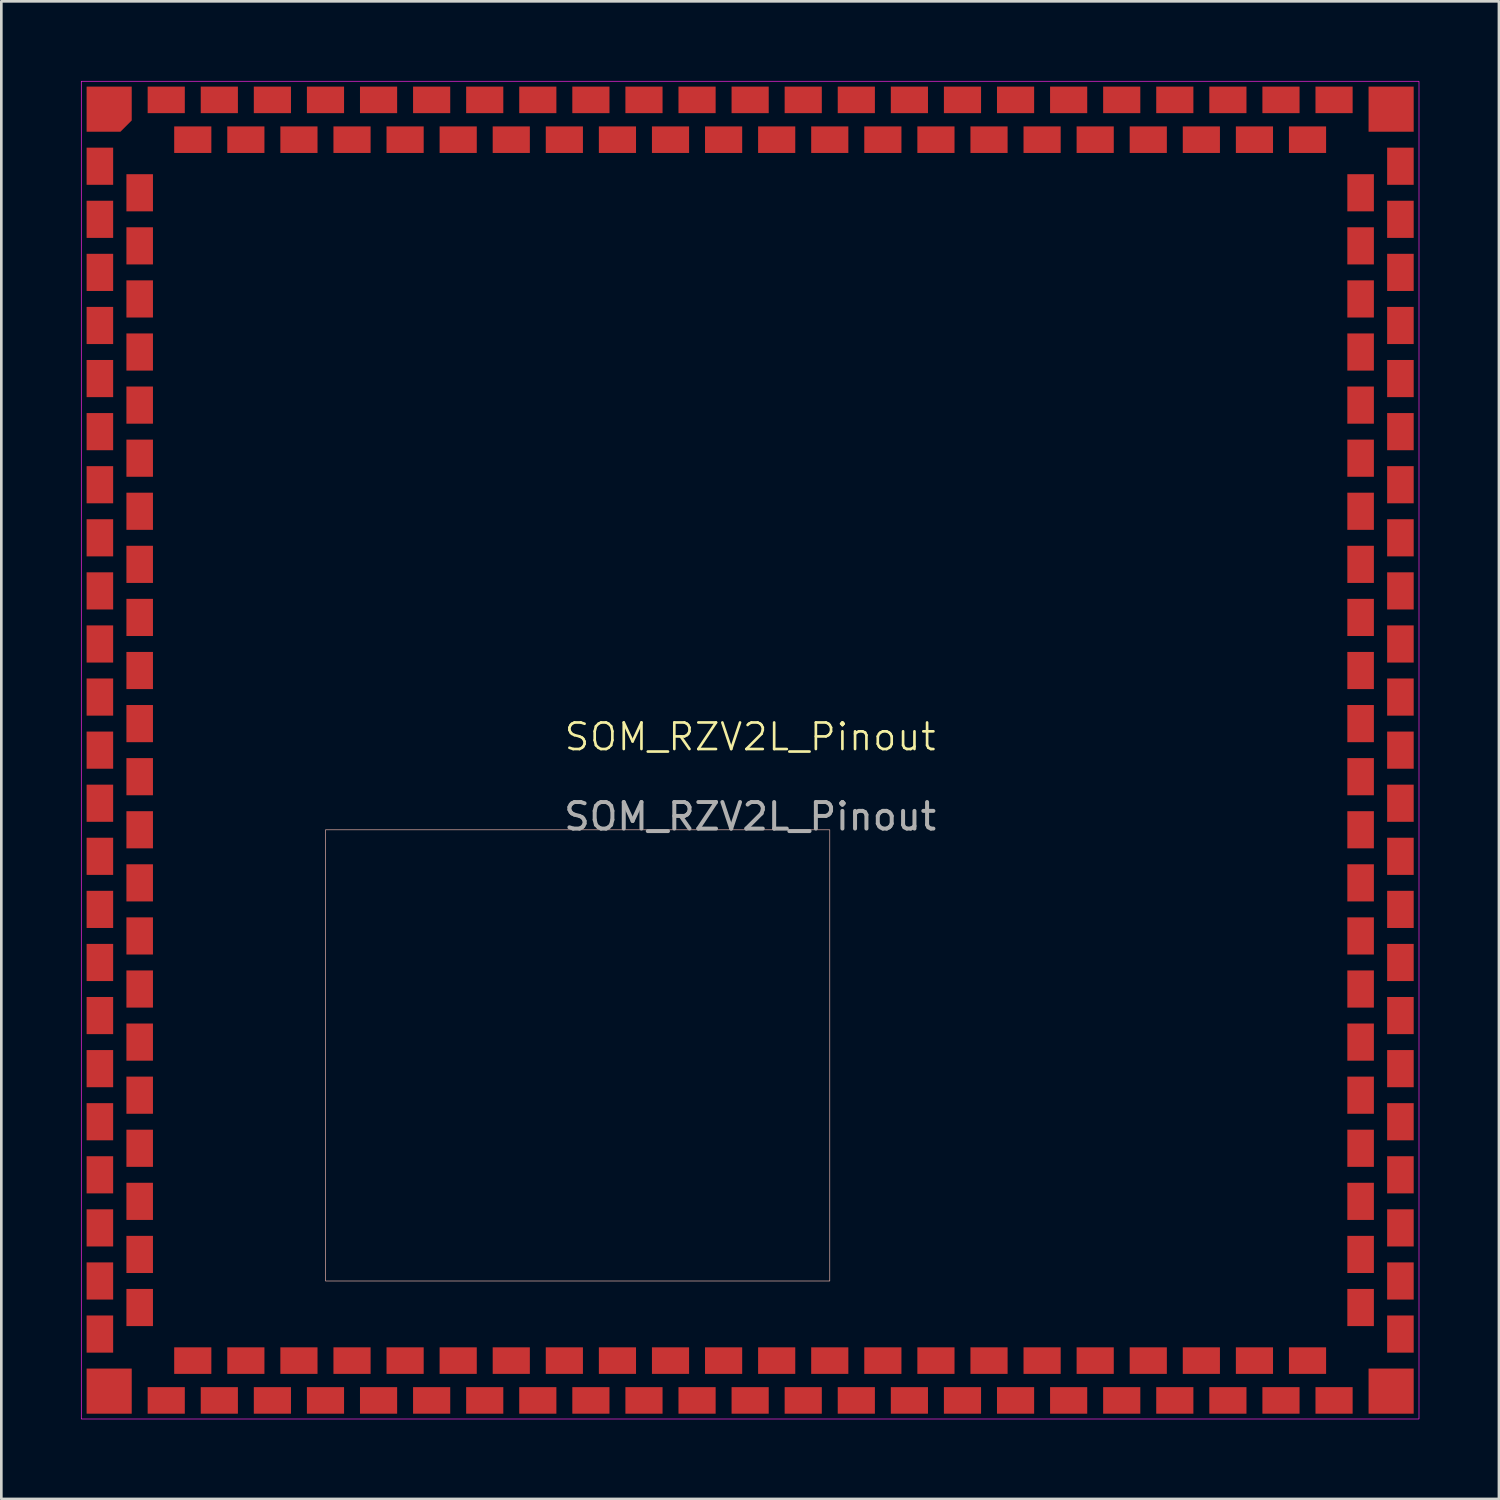
<source format=kicad_pcb>
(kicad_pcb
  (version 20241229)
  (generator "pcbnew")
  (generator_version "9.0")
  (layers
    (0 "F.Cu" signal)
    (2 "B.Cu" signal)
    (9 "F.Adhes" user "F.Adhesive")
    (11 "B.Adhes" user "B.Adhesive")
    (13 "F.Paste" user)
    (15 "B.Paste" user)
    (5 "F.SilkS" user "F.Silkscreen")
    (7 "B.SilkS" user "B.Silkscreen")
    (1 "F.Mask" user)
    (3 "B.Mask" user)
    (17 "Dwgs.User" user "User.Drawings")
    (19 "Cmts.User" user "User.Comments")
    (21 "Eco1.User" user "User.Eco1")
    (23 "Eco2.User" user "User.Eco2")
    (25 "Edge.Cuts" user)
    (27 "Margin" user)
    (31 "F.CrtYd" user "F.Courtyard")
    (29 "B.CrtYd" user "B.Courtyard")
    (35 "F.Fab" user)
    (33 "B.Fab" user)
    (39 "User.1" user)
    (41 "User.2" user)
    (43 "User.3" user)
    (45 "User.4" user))
  (footprint "SOM_RZV2L_Pinout"
    (layer "F.Cu")
    (at 25.213 25.213)
    (property "Reference" "SOM_RZV2L_Pinout" (at 0 -0.5 0) (unlocked yes) (layer "F.SilkS") (effects (font (size 1 1) (thickness 0.1))))
    (attr smd)
    (fp_rect (start -16 3) (end 3 20) (stroke (width 0.025) (type default)) (fill no) (layer "B.SilkS"))
    (fp_rect (start -25.2 -25.2) (end 25.2 25.2) (stroke (width 0.025) (type default)) (fill no) (layer "F.CrtYd"))
    (fp_text user "${REFERENCE}" (at 0 2.5 0) (unlocked yes) (layer "F.Fab") (effects (font (size 1 1) (thickness 0.15))))
    (pad "1" smd roundrect (at -24.15 -24.15) (size 1.7 1.7) (layers "F.Cu" "F.Mask" "F.Paste") (roundrect_rratio 0) (chamfer_ratio 0.25) (chamfer bottom_right))
    (pad "2" smd rect (at -24.5 -22) (size 1 1.4) (layers "F.Cu" "F.Mask" "F.Paste"))
    (pad "3" smd rect (at -24.5 -20) (size 1 1.4) (layers "F.Cu" "F.Mask" "F.Paste"))
    (pad "4" smd rect (at -24.5 -18) (size 1 1.4) (layers "F.Cu" "F.Mask" "F.Paste"))
    (pad "5" smd rect (at -24.5 -16) (size 1 1.4) (layers "F.Cu" "F.Mask" "F.Paste"))
    (pad "6" smd rect (at -24.5 -14) (size 1 1.4) (layers "F.Cu" "F.Mask" "F.Paste"))
    (pad "7" smd rect (at -24.5 -12) (size 1 1.4) (layers "F.Cu" "F.Mask" "F.Paste"))
    (pad "8" smd rect (at -24.5 -10) (size 1 1.4) (layers "F.Cu" "F.Mask" "F.Paste"))
    (pad "9" smd rect (at -24.5 -8) (size 1 1.4) (layers "F.Cu" "F.Mask" "F.Paste"))
    (pad "10" smd rect (at -24.5 -6) (size 1 1.4) (layers "F.Cu" "F.Mask" "F.Paste"))
    (pad "11" smd rect (at -24.5 -4) (size 1 1.4) (layers "F.Cu" "F.Mask" "F.Paste"))
    (pad "12" smd rect (at -24.5 -2) (size 1 1.4) (layers "F.Cu" "F.Mask" "F.Paste"))
    (pad "13" smd rect (at -24.5 0) (size 1 1.4) (layers "F.Cu" "F.Mask" "F.Paste"))
    (pad "14" smd rect (at -24.5 2) (size 1 1.4) (layers "F.Cu" "F.Mask" "F.Paste"))
    (pad "15" smd rect (at -24.5 4) (size 1 1.4) (layers "F.Cu" "F.Mask" "F.Paste"))
    (pad "16" smd rect (at -24.5 6) (size 1 1.4) (layers "F.Cu" "F.Mask" "F.Paste"))
    (pad "17" smd rect (at -24.5 8) (size 1 1.4) (layers "F.Cu" "F.Mask" "F.Paste"))
    (pad "18" smd rect (at -24.5 10) (size 1 1.4) (layers "F.Cu" "F.Mask" "F.Paste"))
    (pad "19" smd rect (at -24.5 12) (size 1 1.4) (layers "F.Cu" "F.Mask" "F.Paste"))
    (pad "20" smd rect (at -24.5 14) (size 1 1.4) (layers "F.Cu" "F.Mask" "F.Paste"))
    (pad "21" smd rect (at -24.5 16) (size 1 1.4) (layers "F.Cu" "F.Mask" "F.Paste"))
    (pad "22" smd rect (at -24.5 18) (size 1 1.4) (layers "F.Cu" "F.Mask" "F.Paste"))
    (pad "23" smd rect (at -24.5 20) (size 1 1.4) (layers "F.Cu" "F.Mask" "F.Paste"))
    (pad "24" smd rect (at -24.5 22) (size 1 1.4) (layers "F.Cu" "F.Mask" "F.Paste"))
    (pad "25" smd rect (at -24.15 24.15) (size 1.7 1.7) (layers "F.Cu" "F.Mask" "F.Paste"))
    (pad "26" smd rect (at -22 24.5) (size 1.4 1) (layers "F.Cu" "F.Mask" "F.Paste"))
    (pad "27" smd rect (at -20 24.5) (size 1.4 1) (layers "F.Cu" "F.Mask" "F.Paste"))
    (pad "28" smd rect (at -18 24.5) (size 1.4 1) (layers "F.Cu" "F.Mask" "F.Paste"))
    (pad "29" smd rect (at -16 24.5) (size 1.4 1) (layers "F.Cu" "F.Mask" "F.Paste"))
    (pad "30" smd rect (at -14 24.5) (size 1.4 1) (layers "F.Cu" "F.Mask" "F.Paste"))
    (pad "31" smd rect (at -12 24.5) (size 1.4 1) (layers "F.Cu" "F.Mask" "F.Paste"))
    (pad "32" smd rect (at -10 24.5) (size 1.4 1) (layers "F.Cu" "F.Mask" "F.Paste"))
    (pad "33" smd rect (at -8 24.5) (size 1.4 1) (layers "F.Cu" "F.Mask" "F.Paste"))
    (pad "34" smd rect (at -6 24.5) (size 1.4 1) (layers "F.Cu" "F.Mask" "F.Paste"))
    (pad "35" smd rect (at -4 24.5) (size 1.4 1) (layers "F.Cu" "F.Mask" "F.Paste"))
    (pad "36" smd rect (at -2 24.5) (size 1.4 1) (layers "F.Cu" "F.Mask" "F.Paste"))
    (pad "37" smd rect (at 0 24.5) (size 1.4 1) (layers "F.Cu" "F.Mask" "F.Paste"))
    (pad "38" smd rect (at 2 24.5) (size 1.4 1) (layers "F.Cu" "F.Mask" "F.Paste"))
    (pad "39" smd rect (at 4 24.5) (size 1.4 1) (layers "F.Cu" "F.Mask" "F.Paste"))
    (pad "40" smd rect (at 6 24.5) (size 1.4 1) (layers "F.Cu" "F.Mask" "F.Paste"))
    (pad "41" smd rect (at 8 24.5) (size 1.4 1) (layers "F.Cu" "F.Mask" "F.Paste"))
    (pad "42" smd rect (at 10 24.5) (size 1.4 1) (layers "F.Cu" "F.Mask" "F.Paste"))
    (pad "43" smd rect (at 12 24.5) (size 1.4 1) (layers "F.Cu" "F.Mask" "F.Paste"))
    (pad "44" smd rect (at 14 24.5) (size 1.4 1) (layers "F.Cu" "F.Mask" "F.Paste"))
    (pad "45" smd rect (at 16 24.5) (size 1.4 1) (layers "F.Cu" "F.Mask" "F.Paste"))
    (pad "46" smd rect (at 18 24.5) (size 1.4 1) (layers "F.Cu" "F.Mask" "F.Paste"))
    (pad "47" smd rect (at 20 24.5) (size 1.4 1) (layers "F.Cu" "F.Mask" "F.Paste"))
    (pad "48" smd rect (at 22 24.5) (size 1.4 1) (layers "F.Cu" "F.Mask" "F.Paste"))
    (pad "49" smd rect (at 24.15 24.15) (size 1.7 1.7) (layers "F.Cu" "F.Mask" "F.Paste"))
    (pad "50" smd rect (at 24.5 22) (size 1 1.4) (layers "F.Cu" "F.Mask" "F.Paste"))
    (pad "51" smd rect (at 24.5 20) (size 1 1.4) (layers "F.Cu" "F.Mask" "F.Paste"))
    (pad "52" smd rect (at 24.5 18) (size 1 1.4) (layers "F.Cu" "F.Mask" "F.Paste"))
    (pad "53" smd rect (at 24.5 16) (size 1 1.4) (layers "F.Cu" "F.Mask" "F.Paste"))
    (pad "54" smd rect (at 24.5 14) (size 1 1.4) (layers "F.Cu" "F.Mask" "F.Paste"))
    (pad "55" smd rect (at 24.5 12) (size 1 1.4) (layers "F.Cu" "F.Mask" "F.Paste"))
    (pad "56" smd rect (at 24.5 10) (size 1 1.4) (layers "F.Cu" "F.Mask" "F.Paste"))
    (pad "57" smd rect (at 24.5 8) (size 1 1.4) (layers "F.Cu" "F.Mask" "F.Paste"))
    (pad "58" smd rect (at 24.5 6) (size 1 1.4) (layers "F.Cu" "F.Mask" "F.Paste"))
    (pad "59" smd rect (at 24.5 4) (size 1 1.4) (layers "F.Cu" "F.Mask" "F.Paste"))
    (pad "60" smd rect (at 24.5 2) (size 1 1.4) (layers "F.Cu" "F.Mask" "F.Paste"))
    (pad "61" smd rect (at 24.5 0) (size 1 1.4) (layers "F.Cu" "F.Mask" "F.Paste"))
    (pad "62" smd rect (at 24.5 -2) (size 1 1.4) (layers "F.Cu" "F.Mask" "F.Paste"))
    (pad "63" smd rect (at 24.5 -4) (size 1 1.4) (layers "F.Cu" "F.Mask" "F.Paste"))
    (pad "64" smd rect (at 24.5 -6) (size 1 1.4) (layers "F.Cu" "F.Mask" "F.Paste"))
    (pad "65" smd rect (at 24.5 -8) (size 1 1.4) (layers "F.Cu" "F.Mask" "F.Paste"))
    (pad "66" smd rect (at 24.5 -10) (size 1 1.4) (layers "F.Cu" "F.Mask" "F.Paste"))
    (pad "67" smd rect (at 24.5 -12) (size 1 1.4) (layers "F.Cu" "F.Mask" "F.Paste"))
    (pad "68" smd rect (at 24.5 -14) (size 1 1.4) (layers "F.Cu" "F.Mask" "F.Paste"))
    (pad "69" smd rect (at 24.5 -16) (size 1 1.4) (layers "F.Cu" "F.Mask" "F.Paste"))
    (pad "70" smd rect (at 24.5 -18) (size 1 1.4) (layers "F.Cu" "F.Mask" "F.Paste"))
    (pad "71" smd rect (at 24.5 -20) (size 1 1.4) (layers "F.Cu" "F.Mask" "F.Paste"))
    (pad "72" smd rect (at 24.5 -22) (size 1 1.4) (layers "F.Cu" "F.Mask" "F.Paste"))
    (pad "73" smd rect (at 24.15 -24.15) (size 1.7 1.7) (layers "F.Cu" "F.Mask" "F.Paste"))
    (pad "74" smd rect (at 22 -24.5) (size 1.4 1) (layers "F.Cu" "F.Mask" "F.Paste"))
    (pad "75" smd rect (at 20 -24.5) (size 1.4 1) (layers "F.Cu" "F.Mask" "F.Paste"))
    (pad "76" smd rect (at 18 -24.5) (size 1.4 1) (layers "F.Cu" "F.Mask" "F.Paste"))
    (pad "77" smd rect (at 16 -24.5) (size 1.4 1) (layers "F.Cu" "F.Mask" "F.Paste"))
    (pad "78" smd rect (at 14 -24.5) (size 1.4 1) (layers "F.Cu" "F.Mask" "F.Paste"))
    (pad "79" smd rect (at 12 -24.5) (size 1.4 1) (layers "F.Cu" "F.Mask" "F.Paste"))
    (pad "80" smd rect (at 10 -24.5) (size 1.4 1) (layers "F.Cu" "F.Mask" "F.Paste"))
    (pad "81" smd rect (at 8 -24.5) (size 1.4 1) (layers "F.Cu" "F.Mask" "F.Paste"))
    (pad "82" smd rect (at 6 -24.5) (size 1.4 1) (layers "F.Cu" "F.Mask" "F.Paste"))
    (pad "83" smd rect (at 4 -24.5) (size 1.4 1) (layers "F.Cu" "F.Mask" "F.Paste"))
    (pad "84" smd rect (at 2 -24.5) (size 1.4 1) (layers "F.Cu" "F.Mask" "F.Paste"))
    (pad "85" smd rect (at 0 -24.5) (size 1.4 1) (layers "F.Cu" "F.Mask" "F.Paste"))
    (pad "86" smd rect (at -2 -24.5) (size 1.4 1) (layers "F.Cu" "F.Mask" "F.Paste"))
    (pad "87" smd rect (at -4 -24.5) (size 1.4 1) (layers "F.Cu" "F.Mask" "F.Paste"))
    (pad "88" smd rect (at -6 -24.5) (size 1.4 1) (layers "F.Cu" "F.Mask" "F.Paste"))
    (pad "89" smd rect (at -8 -24.5) (size 1.4 1) (layers "F.Cu" "F.Mask" "F.Paste"))
    (pad "90" smd rect (at -10 -24.5) (size 1.4 1) (layers "F.Cu" "F.Mask" "F.Paste"))
    (pad "91" smd rect (at -12 -24.5) (size 1.4 1) (layers "F.Cu" "F.Mask" "F.Paste"))
    (pad "92" smd rect (at -14 -24.5) (size 1.4 1) (layers "F.Cu" "F.Mask" "F.Paste"))
    (pad "93" smd rect (at -16 -24.5) (size 1.4 1) (layers "F.Cu" "F.Mask" "F.Paste"))
    (pad "94" smd rect (at -18 -24.5) (size 1.4 1) (layers "F.Cu" "F.Mask" "F.Paste"))
    (pad "95" smd rect (at -20 -24.5) (size 1.4 1) (layers "F.Cu" "F.Mask" "F.Paste"))
    (pad "96" smd rect (at -22 -24.5) (size 1.4 1) (layers "F.Cu" "F.Mask" "F.Paste"))
    (pad "97" smd rect (at -23 -21) (size 1 1.4) (layers "F.Cu" "F.Mask" "F.Paste"))
    (pad "98" smd rect (at -23 -19) (size 1 1.4) (layers "F.Cu" "F.Mask" "F.Paste"))
    (pad "99" smd rect (at -23 -17) (size 1 1.4) (layers "F.Cu" "F.Mask" "F.Paste"))
    (pad "100" smd rect (at -23 -15) (size 1 1.4) (layers "F.Cu" "F.Mask" "F.Paste"))
    (pad "101" smd rect (at -23 -13) (size 1 1.4) (layers "F.Cu" "F.Mask" "F.Paste"))
    (pad "102" smd rect (at -23 -11) (size 1 1.4) (layers "F.Cu" "F.Mask" "F.Paste"))
    (pad "103" smd rect (at -23 -9) (size 1 1.4) (layers "F.Cu" "F.Mask" "F.Paste"))
    (pad "104" smd rect (at -23 -7) (size 1 1.4) (layers "F.Cu" "F.Mask" "F.Paste"))
    (pad "105" smd rect (at -23 -5) (size 1 1.4) (layers "F.Cu" "F.Mask" "F.Paste"))
    (pad "106" smd rect (at -23 -3) (size 1 1.4) (layers "F.Cu" "F.Mask" "F.Paste"))
    (pad "107" smd rect (at -23 -1) (size 1 1.4) (layers "F.Cu" "F.Mask" "F.Paste"))
    (pad "108" smd rect (at -23 1) (size 1 1.4) (layers "F.Cu" "F.Mask" "F.Paste"))
    (pad "109" smd rect (at -23 3) (size 1 1.4) (layers "F.Cu" "F.Mask" "F.Paste"))
    (pad "110" smd rect (at -23 5) (size 1 1.4) (layers "F.Cu" "F.Mask" "F.Paste"))
    (pad "111" smd rect (at -23 7) (size 1 1.4) (layers "F.Cu" "F.Mask" "F.Paste"))
    (pad "112" smd rect (at -23 9) (size 1 1.4) (layers "F.Cu" "F.Mask" "F.Paste"))
    (pad "113" smd rect (at -23 11) (size 1 1.4) (layers "F.Cu" "F.Mask" "F.Paste"))
    (pad "114" smd rect (at -23 13) (size 1 1.4) (layers "F.Cu" "F.Mask" "F.Paste"))
    (pad "115" smd rect (at -23 15) (size 1 1.4) (layers "F.Cu" "F.Mask" "F.Paste"))
    (pad "116" smd rect (at -23 17) (size 1 1.4) (layers "F.Cu" "F.Mask" "F.Paste"))
    (pad "117" smd rect (at -23 19) (size 1 1.4) (layers "F.Cu" "F.Mask" "F.Paste"))
    (pad "118" smd rect (at -23 21) (size 1 1.4) (layers "F.Cu" "F.Mask" "F.Paste"))
    (pad "119" smd rect (at -21 23) (size 1.4 1) (layers "F.Cu" "F.Mask" "F.Paste"))
    (pad "120" smd rect (at -19 23) (size 1.4 1) (layers "F.Cu" "F.Mask" "F.Paste"))
    (pad "121" smd rect (at -17 23) (size 1.4 1) (layers "F.Cu" "F.Mask" "F.Paste"))
    (pad "122" smd rect (at -15 23) (size 1.4 1) (layers "F.Cu" "F.Mask" "F.Paste"))
    (pad "123" smd rect (at -13 23) (size 1.4 1) (layers "F.Cu" "F.Mask" "F.Paste"))
    (pad "124" smd rect (at -11 23) (size 1.4 1) (layers "F.Cu" "F.Mask" "F.Paste"))
    (pad "125" smd rect (at -9 23) (size 1.4 1) (layers "F.Cu" "F.Mask" "F.Paste"))
    (pad "126" smd rect (at -7 23) (size 1.4 1) (layers "F.Cu" "F.Mask" "F.Paste"))
    (pad "127" smd rect (at -5 23) (size 1.4 1) (layers "F.Cu" "F.Mask" "F.Paste"))
    (pad "128" smd rect (at -3 23) (size 1.4 1) (layers "F.Cu" "F.Mask" "F.Paste"))
    (pad "129" smd rect (at -1 23) (size 1.4 1) (layers "F.Cu" "F.Mask" "F.Paste"))
    (pad "130" smd rect (at 1 23) (size 1.4 1) (layers "F.Cu" "F.Mask" "F.Paste"))
    (pad "131" smd rect (at 3 23) (size 1.4 1) (layers "F.Cu" "F.Mask" "F.Paste"))
    (pad "132" smd rect (at 5 23) (size 1.4 1) (layers "F.Cu" "F.Mask" "F.Paste"))
    (pad "133" smd rect (at 7 23) (size 1.4 1) (layers "F.Cu" "F.Mask" "F.Paste"))
    (pad "134" smd rect (at 9 23) (size 1.4 1) (layers "F.Cu" "F.Mask" "F.Paste"))
    (pad "135" smd rect (at 11 23) (size 1.4 1) (layers "F.Cu" "F.Mask" "F.Paste"))
    (pad "136" smd rect (at 13 23) (size 1.4 1) (layers "F.Cu" "F.Mask" "F.Paste"))
    (pad "137" smd rect (at 15 23) (size 1.4 1) (layers "F.Cu" "F.Mask" "F.Paste"))
    (pad "138" smd rect (at 17 23) (size 1.4 1) (layers "F.Cu" "F.Mask" "F.Paste"))
    (pad "139" smd rect (at 19 23) (size 1.4 1) (layers "F.Cu" "F.Mask" "F.Paste"))
    (pad "140" smd rect (at 21 23) (size 1.4 1) (layers "F.Cu" "F.Mask" "F.Paste"))
    (pad "141" smd rect (at 23 21) (size 1 1.4) (layers "F.Cu" "F.Mask" "F.Paste"))
    (pad "142" smd rect (at 23 19) (size 1 1.4) (layers "F.Cu" "F.Mask" "F.Paste"))
    (pad "143" smd rect (at 23 17) (size 1 1.4) (layers "F.Cu" "F.Mask" "F.Paste"))
    (pad "144" smd rect (at 23 15) (size 1 1.4) (layers "F.Cu" "F.Mask" "F.Paste"))
    (pad "145" smd rect (at 23 13) (size 1 1.4) (layers "F.Cu" "F.Mask" "F.Paste"))
    (pad "146" smd rect (at 23 11) (size 1 1.4) (layers "F.Cu" "F.Mask" "F.Paste"))
    (pad "147" smd rect (at 23 9) (size 1 1.4) (layers "F.Cu" "F.Mask" "F.Paste"))
    (pad "148" smd rect (at 23 7) (size 1 1.4) (layers "F.Cu" "F.Mask" "F.Paste"))
    (pad "149" smd rect (at 23 5) (size 1 1.4) (layers "F.Cu" "F.Mask" "F.Paste"))
    (pad "150" smd rect (at 23 3) (size 1 1.4) (layers "F.Cu" "F.Mask" "F.Paste"))
    (pad "151" smd rect (at 23 1) (size 1 1.4) (layers "F.Cu" "F.Mask" "F.Paste"))
    (pad "152" smd rect (at 23 -1) (size 1 1.4) (layers "F.Cu" "F.Mask" "F.Paste"))
    (pad "153" smd rect (at 23 -3) (size 1 1.4) (layers "F.Cu" "F.Mask" "F.Paste"))
    (pad "154" smd rect (at 23 -5) (size 1 1.4) (layers "F.Cu" "F.Mask" "F.Paste"))
    (pad "155" smd rect (at 23 -7) (size 1 1.4) (layers "F.Cu" "F.Mask" "F.Paste"))
    (pad "156" smd rect (at 23 -9) (size 1 1.4) (layers "F.Cu" "F.Mask" "F.Paste"))
    (pad "157" smd rect (at 23 -11) (size 1 1.4) (layers "F.Cu" "F.Mask" "F.Paste"))
    (pad "158" smd rect (at 23 -13) (size 1 1.4) (layers "F.Cu" "F.Mask" "F.Paste"))
    (pad "159" smd rect (at 23 -15) (size 1 1.4) (layers "F.Cu" "F.Mask" "F.Paste"))
    (pad "160" smd rect (at 23 -17) (size 1 1.4) (layers "F.Cu" "F.Mask" "F.Paste"))
    (pad "161" smd rect (at 23 -19) (size 1 1.4) (layers "F.Cu" "F.Mask" "F.Paste"))
    (pad "162" smd rect (at 23 -21) (size 1 1.4) (layers "F.Cu" "F.Mask" "F.Paste"))
    (pad "163" smd rect (at 21 -23) (size 1.4 1) (layers "F.Cu" "F.Mask" "F.Paste"))
    (pad "164" smd rect (at 19 -23) (size 1.4 1) (layers "F.Cu" "F.Mask" "F.Paste"))
    (pad "165" smd rect (at 17 -23) (size 1.4 1) (layers "F.Cu" "F.Mask" "F.Paste"))
    (pad "166" smd rect (at 15 -23) (size 1.4 1) (layers "F.Cu" "F.Mask" "F.Paste"))
    (pad "167" smd rect (at 13 -23) (size 1.4 1) (layers "F.Cu" "F.Mask" "F.Paste"))
    (pad "168" smd rect (at 11 -23) (size 1.4 1) (layers "F.Cu" "F.Mask" "F.Paste"))
    (pad "169" smd rect (at 9 -23) (size 1.4 1) (layers "F.Cu" "F.Mask" "F.Paste"))
    (pad "170" smd rect (at 7 -23) (size 1.4 1) (layers "F.Cu" "F.Mask" "F.Paste"))
    (pad "171" smd rect (at 5 -23) (size 1.4 1) (layers "F.Cu" "F.Mask" "F.Paste"))
    (pad "172" smd rect (at 3 -23) (size 1.4 1) (layers "F.Cu" "F.Mask" "F.Paste"))
    (pad "173" smd rect (at 1 -23) (size 1.4 1) (layers "F.Cu" "F.Mask" "F.Paste"))
    (pad "174" smd rect (at -1 -23) (size 1.4 1) (layers "F.Cu" "F.Mask" "F.Paste"))
    (pad "175" smd rect (at -3 -23) (size 1.4 1) (layers "F.Cu" "F.Mask" "F.Paste"))
    (pad "176" smd rect (at -5 -23) (size 1.4 1) (layers "F.Cu" "F.Mask" "F.Paste"))
    (pad "177" smd rect (at -7 -23) (size 1.4 1) (layers "F.Cu" "F.Mask" "F.Paste"))
    (pad "178" smd rect (at -9 -23) (size 1.4 1) (layers "F.Cu" "F.Mask" "F.Paste"))
    (pad "179" smd rect (at -11 -23) (size 1.4 1) (layers "F.Cu" "F.Mask" "F.Paste"))
    (pad "180" smd rect (at -13 -23) (size 1.4 1) (layers "F.Cu" "F.Mask" "F.Paste"))
    (pad "181" smd rect (at -15 -23) (size 1.4 1) (layers "F.Cu" "F.Mask" "F.Paste"))
    (pad "182" smd rect (at -17 -23) (size 1.4 1) (layers "F.Cu" "F.Mask" "F.Paste"))
    (pad "183" smd rect (at -19 -23) (size 1.4 1) (layers "F.Cu" "F.Mask" "F.Paste"))
    (pad "184" smd rect (at -21 -23) (size 1.4 1) (layers "F.Cu" "F.Mask" "F.Paste")))
  (gr_rect
    (start -3 -3)
    (end 53.425 53.425)
    (stroke (width 0.1) (type default))
    (fill no)
    (layer "Edge.Cuts")))
</source>
